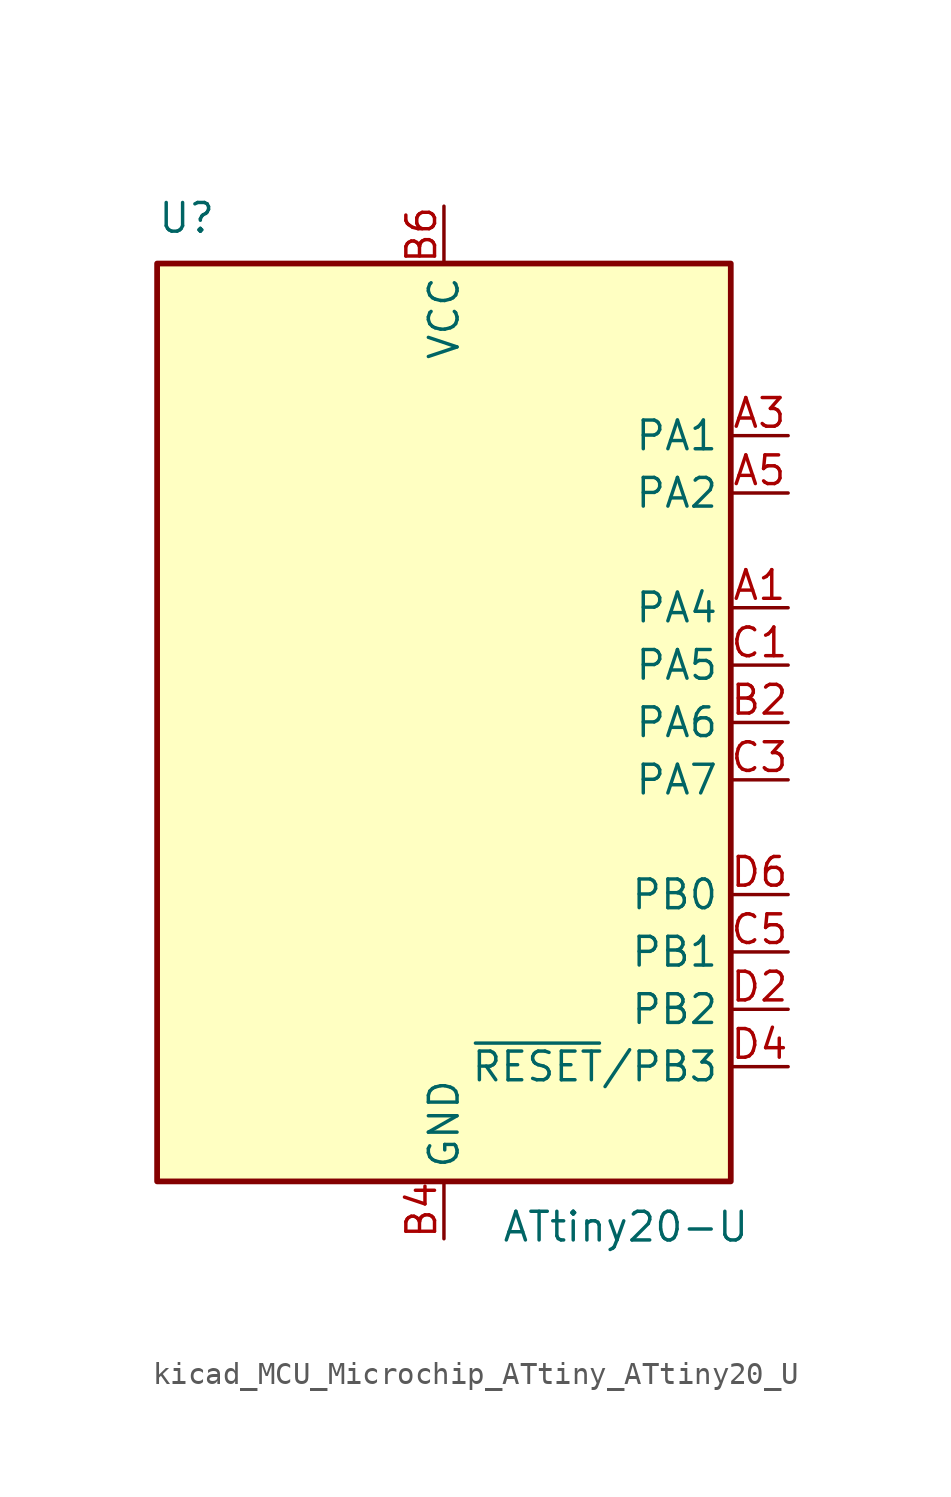
<source format=kicad_sym>
(kicad_symbol_lib
  (version 20220914)
  (generator kicad_symbol_editor)
  (symbol "kicad_MCU_Microchip_ATtiny_ATtiny20_U"
    (property "Reference" "U"
      (at -12.7 21.59 0)
      (effects (font (size 1.27 1.27)) (justify left bottom)))
    (property "Value" "ATtiny20-U"
      (at 2.54 -21.59 0)
      (effects (font (size 1.27 1.27)) (justify left top)))
    (symbol "kicad_MCU_Microchip_ATtiny_ATtiny20_U_0_1"
      (rectangle (start -12.7 -20.32) (end 12.7 20.32) (stroke (width 0.254) (type default)) (fill (type background))))
    (symbol "kicad_MCU_Microchip_ATtiny_ATtiny20_U_1_1"
      (pin bidirectional line (at 15.24 5.08 180) (length 2.54) (name "PA4" (effects (font (size 1.27 1.27)))) (number "A1" (effects (font (size 1.27 1.27)))))
      (pin bidirectional line (at 15.24 12.7 180) (length 2.54) (name "PA1" (effects (font (size 1.27 1.27)))) (number "A3" (effects (font (size 1.27 1.27)))))
      (pin bidirectional line (at 15.24 10.16 180) (length 2.54) (name "PA2" (effects (font (size 1.27 1.27)))) (number "A5" (effects (font (size 1.27 1.27)))))
      (pin bidirectional line (at 15.24 0 180) (length 2.54) (name "PA6" (effects (font (size 1.27 1.27)))) (number "B2" (effects (font (size 1.27 1.27)))))
      (pin power_in line (at 0 -22.86 90) (length 2.54) (name "GND" (effects (font (size 1.27 1.27)))) (number "B4" (effects (font (size 1.27 1.27)))))
      (pin power_in line (at 0 22.86 270) (length 2.54) (name "VCC" (effects (font (size 1.27 1.27)))) (number "B6" (effects (font (size 1.27 1.27)))))
      (pin bidirectional line (at 15.24 2.54 180) (length 2.54) (name "PA5" (effects (font (size 1.27 1.27)))) (number "C1" (effects (font (size 1.27 1.27)))))
      (pin bidirectional line (at 15.24 -2.54 180) (length 2.54) (name "PA7" (effects (font (size 1.27 1.27)))) (number "C3" (effects (font (size 1.27 1.27)))))
      (pin bidirectional line (at 15.24 -10.16 180) (length 2.54) (name "PB1" (effects (font (size 1.27 1.27)))) (number "C5" (effects (font (size 1.27 1.27)))))
      (pin bidirectional line (at 15.24 -12.7 180) (length 2.54) (name "PB2" (effects (font (size 1.27 1.27)))) (number "D2" (effects (font (size 1.27 1.27)))))
      (pin bidirectional line (at 15.24 -15.24 180) (length 2.54) (name "~{RESET}/PB3" (effects (font (size 1.27 1.27)))) (number "D4" (effects (font (size 1.27 1.27)))))
      (pin bidirectional line (at 15.24 -7.62 180) (length 2.54) (name "PB0" (effects (font (size 1.27 1.27)))) (number "D6" (effects (font (size 1.27 1.27))))))))
</source>
